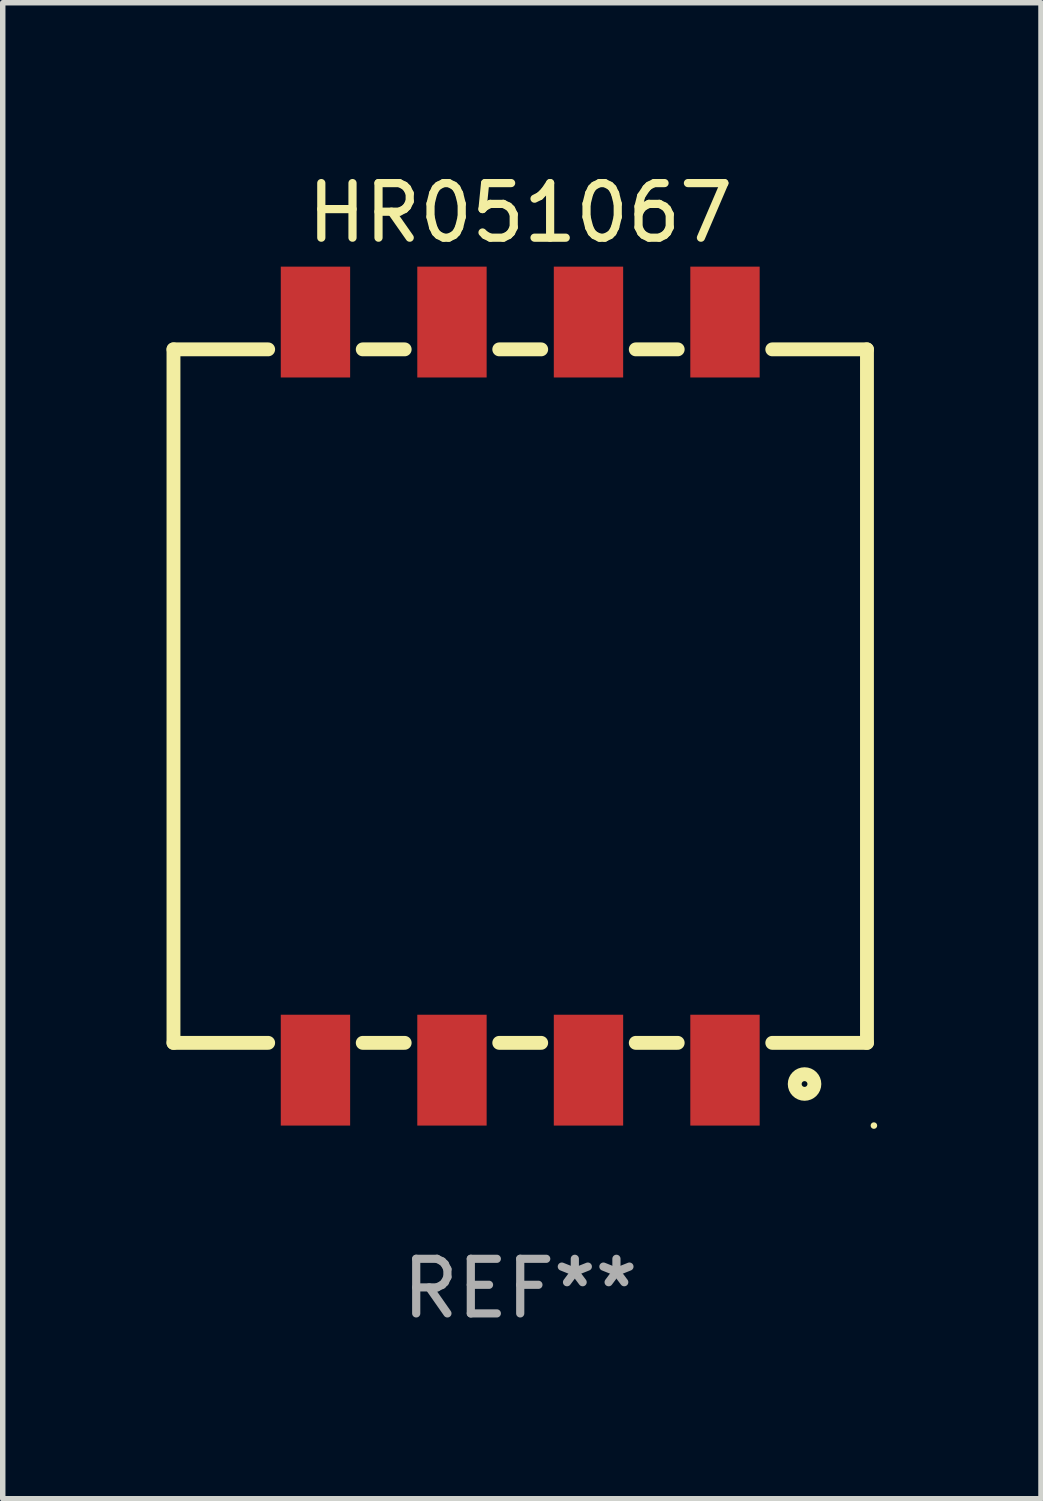
<source format=kicad_pcb>
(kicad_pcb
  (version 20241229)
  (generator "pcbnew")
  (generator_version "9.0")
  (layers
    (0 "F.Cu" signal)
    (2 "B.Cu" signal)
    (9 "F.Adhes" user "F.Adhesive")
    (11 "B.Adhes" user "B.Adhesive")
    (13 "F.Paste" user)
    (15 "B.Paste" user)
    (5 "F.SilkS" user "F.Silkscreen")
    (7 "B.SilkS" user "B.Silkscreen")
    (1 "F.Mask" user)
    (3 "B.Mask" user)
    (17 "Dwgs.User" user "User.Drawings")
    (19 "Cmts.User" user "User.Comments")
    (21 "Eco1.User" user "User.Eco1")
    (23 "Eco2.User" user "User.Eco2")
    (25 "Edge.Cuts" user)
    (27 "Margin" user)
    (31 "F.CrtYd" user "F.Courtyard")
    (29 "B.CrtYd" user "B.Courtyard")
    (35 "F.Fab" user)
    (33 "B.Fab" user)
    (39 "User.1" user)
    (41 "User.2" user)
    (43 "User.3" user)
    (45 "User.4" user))
  (footprint "HR051067"
    (layer "F.Cu")
    (at 6.477 9.698)
    (property "Reference" "HR051067" (at 0 -8.85 0) (layer "F.SilkS") (effects (font (size 1 1) (thickness 0.15))))
    (attr through_hole)
    (fp_line (start -6.35 -6.35) (end -4.616 -6.35) (stroke (width 0.254) (type solid)) (layer "F.SilkS"))
    (fp_line (start -6.35 6.35) (end -6.35 -6.35) (stroke (width 0.254) (type solid)) (layer "F.SilkS"))
    (fp_line (start -4.616 6.35) (end -6.35 6.35) (stroke (width 0.254) (type solid)) (layer "F.SilkS"))
    (fp_line (start -2.884 -6.35) (end -2.116 -6.35) (stroke (width 0.254) (type solid)) (layer "F.SilkS"))
    (fp_line (start -2.116 6.35) (end -2.884 6.35) (stroke (width 0.254) (type solid)) (layer "F.SilkS"))
    (fp_line (start -0.384 -6.35) (end 0.384 -6.35) (stroke (width 0.254) (type solid)) (layer "F.SilkS"))
    (fp_line (start 0.384 6.35) (end -0.384 6.35) (stroke (width 0.254) (type solid)) (layer "F.SilkS"))
    (fp_line (start 2.116 -6.35) (end 2.884 -6.35) (stroke (width 0.254) (type solid)) (layer "F.SilkS"))
    (fp_line (start 2.884 6.35) (end 2.116 6.35) (stroke (width 0.254) (type solid)) (layer "F.SilkS"))
    (fp_line (start 4.616 -6.35) (end 6.35 -6.35) (stroke (width 0.254) (type solid)) (layer "F.SilkS"))
    (fp_line (start 6.35 -6.35) (end 6.35 6.35) (stroke (width 0.254) (type solid)) (layer "F.SilkS"))
    (fp_line (start 6.35 6.35) (end 4.616 6.35) (stroke (width 0.254) (type solid)) (layer "F.SilkS"))
    (fp_circle (center 5.207 7.104) (end 5.387 7.104) (stroke (width 0.254) (type solid)) (fill no) (layer "F.SilkS"))
    (fp_circle (center 6.477 7.865) (end 6.507 7.865) (stroke (width 0.06) (type solid)) (fill no) (layer "F.SilkS"))
    (fp_text user "REF**" (at 0 10.85 0) (layer "F.Fab") (effects (font (size 1 1) (thickness 0.15))))
    (pad "1" smd rect (at 3.75 6.85) (size 1.27 2.03) (layers "F.Cu" "F.Mask" "F.Paste"))
    (pad "2" smd rect (at 1.25 6.85) (size 1.27 2.03) (layers "F.Cu" "F.Mask" "F.Paste"))
    (pad "3" smd rect (at -1.25 6.85) (size 1.27 2.03) (layers "F.Cu" "F.Mask" "F.Paste"))
    (pad "4" smd rect (at -3.75 6.85) (size 1.27 2.03) (layers "F.Cu" "F.Mask" "F.Paste"))
    (pad "5" smd rect (at -3.75 -6.85) (size 1.27 2.03) (layers "F.Cu" "F.Mask" "F.Paste"))
    (pad "6" smd rect (at -1.25 -6.85) (size 1.27 2.03) (layers "F.Cu" "F.Mask" "F.Paste"))
    (pad "7" smd rect (at 1.25 -6.85) (size 1.27 2.03) (layers "F.Cu" "F.Mask" "F.Paste"))
    (pad "8" smd rect (at 3.75 -6.85) (size 1.27 2.03) (layers "F.Cu" "F.Mask" "F.Paste")))
  (gr_rect
    (start -3 -3)
    (end 16.014 24.397)
    (stroke (width 0.1) (type default))
    (fill no)
    (layer "Edge.Cuts")))
</source>
